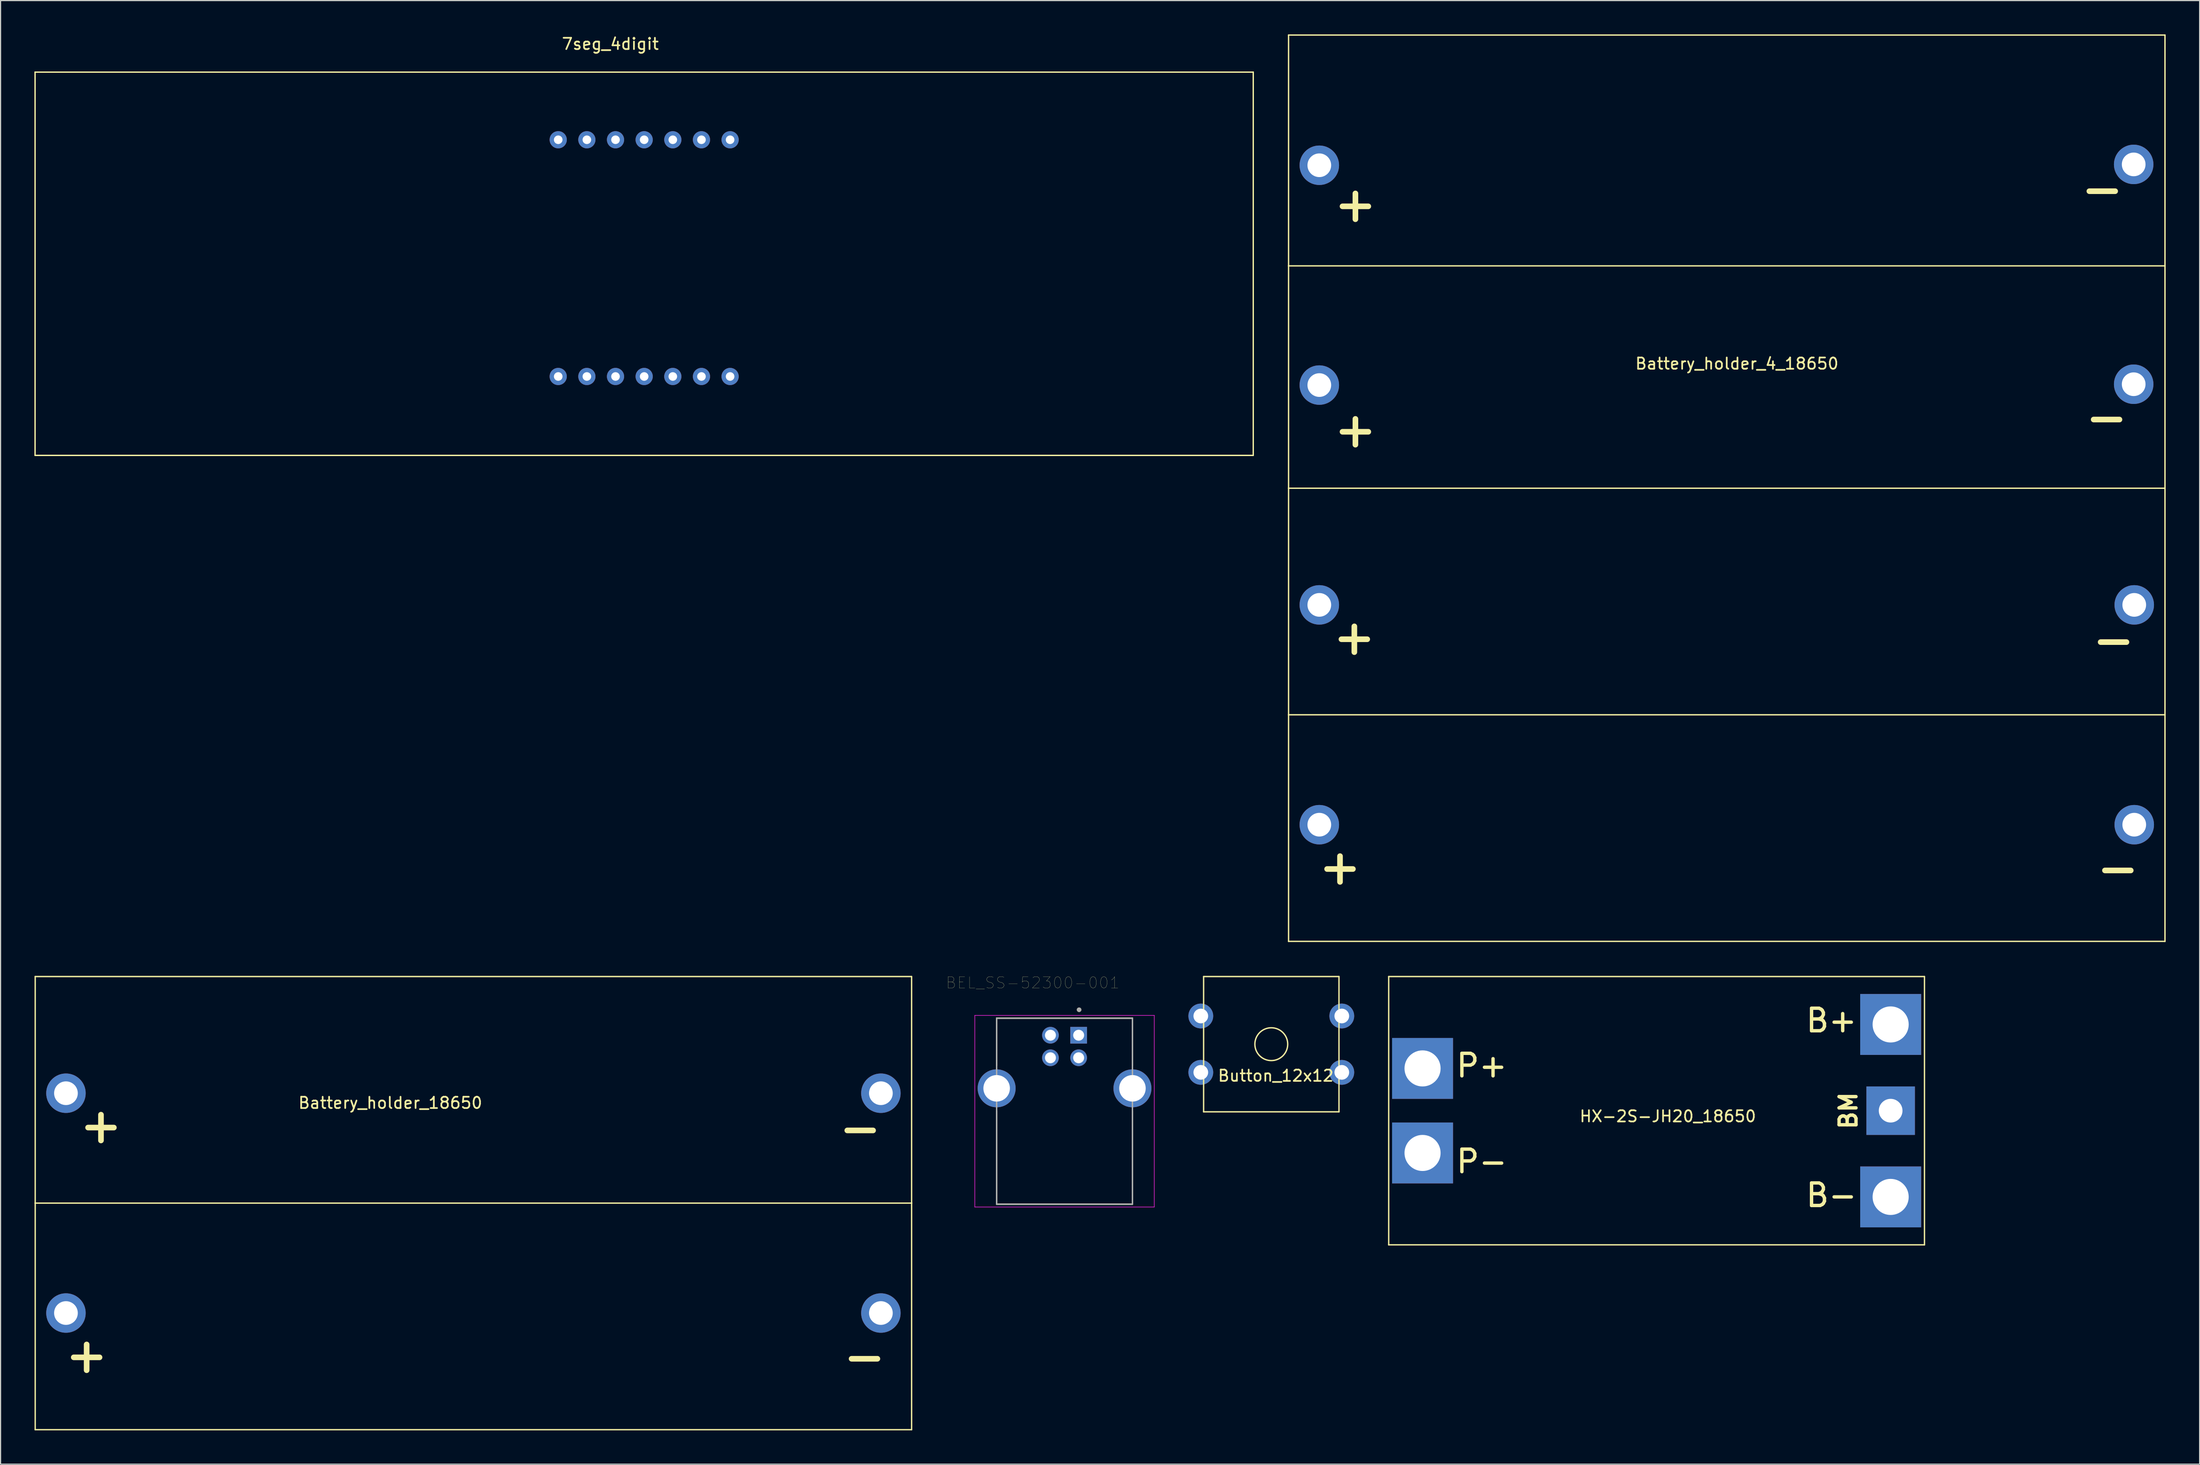
<source format=kicad_pcb>
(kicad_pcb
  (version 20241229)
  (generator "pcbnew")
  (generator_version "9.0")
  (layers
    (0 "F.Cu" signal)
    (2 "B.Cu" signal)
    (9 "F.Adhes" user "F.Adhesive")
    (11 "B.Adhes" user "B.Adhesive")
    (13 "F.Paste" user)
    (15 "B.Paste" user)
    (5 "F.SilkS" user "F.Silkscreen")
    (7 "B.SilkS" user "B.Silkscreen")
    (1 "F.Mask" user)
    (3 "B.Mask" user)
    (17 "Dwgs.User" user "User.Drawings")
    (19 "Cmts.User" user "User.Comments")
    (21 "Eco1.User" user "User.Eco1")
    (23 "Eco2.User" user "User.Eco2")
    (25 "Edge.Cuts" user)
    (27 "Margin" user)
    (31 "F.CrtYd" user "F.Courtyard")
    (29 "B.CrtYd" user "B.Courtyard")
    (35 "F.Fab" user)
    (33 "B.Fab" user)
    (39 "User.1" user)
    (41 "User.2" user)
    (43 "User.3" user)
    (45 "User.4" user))
  (footprint "HX-2S-JH20_18650"
    (layer "F.Cu")
    (at 143.82 95.48)
    (property "Reference" "HX-2S-JH20_18650" (at 1 0.5 0) (layer "F.SilkS") (effects (font (size 1 1) (thickness 0.15))))
    (attr through_hole)
    (fp_line (start -23.75 -11.9) (end -23.75 11.9) (stroke (width 0.12) (type solid)) (layer "F.SilkS"))
    (fp_line (start -23.75 -11.9) (end 23.75 -11.9) (stroke (width 0.12) (type solid)) (layer "F.SilkS"))
    (fp_line (start -23.75 11.9) (end 23.75 11.9) (stroke (width 0.12) (type solid)) (layer "F.SilkS"))
    (fp_line (start 23.75 -11.9) (end 23.75 11.9) (stroke (width 0.12) (type solid)) (layer "F.SilkS"))
    (fp_text user "B+" (at 15.5 -8 0) (layer "F.SilkS") (effects (font (size 2 2) (thickness 0.3))))
    (fp_text user "P-" (at -15.5 4.5 0) (layer "F.SilkS") (effects (font (size 2 2) (thickness 0.3))))
    (fp_text user "B-" (at 15.5 7.5 0) (layer "F.SilkS") (effects (font (size 2 2) (thickness 0.3))))
    (fp_text user "P+" (at -15.5 -4 0) (layer "F.SilkS") (effects (font (size 2 2) (thickness 0.3))))
    (fp_text user "BM" (at 17 0 90) (layer "F.SilkS") (effects (font (size 1.5 1.5) (thickness 0.3))))
    (pad "1" thru_hole rect (at -20.75 -3.75) (size 5.4 5.4) (drill 3.2) (layers "*.Cu" "*.Mask"))
    (pad "2" thru_hole rect (at -20.75 3.75) (size 5.4 5.4) (drill 3.2) (layers "*.Cu" "*.Mask"))
    (pad "3" thru_hole rect (at 20.75 -7.65) (size 5.4 5.4) (drill 3.2) (layers "*.Cu" "*.Mask"))
    (pad "4" thru_hole rect (at 20.75 0) (size 4.3 4.3) (drill 2.1) (layers "*.Cu" "*.Mask"))
    (pad "5" thru_hole rect (at 20.75 7.65) (size 5.4 5.4) (drill 3.2) (layers "*.Cu" "*.Mask")))
  (footprint "Button_12x12"
    (layer "F.Cu")
    (at 109.66 89.58)
    (property "Reference" "Button_12x12" (at 0.4 2.8 0) (layer "F.SilkS") (effects (font (size 1 1) (thickness 0.15))))
    (attr through_hole)
    (fp_line (start -6 -6) (end -6 6) (stroke (width 0.12) (type solid)) (layer "F.SilkS"))
    (fp_line (start 6 -6) (end -6 -6) (stroke (width 0.12) (type solid)) (layer "F.SilkS"))
    (fp_line (start 6 -6) (end 6 6) (stroke (width 0.12) (type solid)) (layer "F.SilkS"))
    (fp_line (start 6 6) (end -6 6) (stroke (width 0.12) (type solid)) (layer "F.SilkS"))
    (fp_circle (center 0 0) (end 1.4 0.4) (stroke (width 0.12) (type solid)) (fill no) (layer "F.SilkS"))
    (pad "1" thru_hole circle (at -6.25 -2.5) (size 2.2 2.2) (drill 1.3) (layers "*.Cu" "*.Mask"))
    (pad "2" thru_hole circle (at -6.25 2.5) (size 2.2 2.2) (drill 1.3) (layers "*.Cu" "*.Mask"))
    (pad "3" thru_hole circle (at 6.25 -2.5) (size 2.2 2.2) (drill 1.3) (layers "*.Cu" "*.Mask"))
    (pad "4" thru_hole circle (at 6.25 2.5) (size 2.2 2.2) (drill 1.3) (layers "*.Cu" "*.Mask")))
  (footprint "BEL_SS-52300-001"
    (layer "F.Cu")
    (at 91.33 90.786)
    (property "Reference" "BEL_SS-52300-001" (at -2.825 -6.655 0) (layer "F.SilkS") (effects (font (size 1 1) (thickness 0.015))))
    (attr through_hole)
    (fp_line (start -6.02 -3.51) (end -6.02 0.705) (stroke (width 0.127) (type solid)) (layer "F.SilkS"))
    (fp_line (start -6.02 4.715) (end -6.02 12.99) (stroke (width 0.127) (type solid)) (layer "F.SilkS"))
    (fp_line (start -6.02 12.99) (end 6.02 12.99) (stroke (width 0.127) (type solid)) (layer "F.SilkS"))
    (fp_line (start 6.02 -3.51) (end -6.02 -3.51) (stroke (width 0.127) (type solid)) (layer "F.SilkS"))
    (fp_line (start 6.02 0.705) (end 6.02 -3.51) (stroke (width 0.127) (type solid)) (layer "F.SilkS"))
    (fp_line (start 6.02 12.99) (end 6.02 4.715) (stroke (width 0.127) (type solid)) (layer "F.SilkS"))
    (fp_circle (center 1.29 -4.26) (end 1.39 -4.26) (stroke (width 0.2) (type solid)) (fill no) (layer "F.SilkS"))
    (fp_line (start -7.955 -3.76) (end -7.955 13.24) (stroke (width 0.05) (type solid)) (layer "F.CrtYd"))
    (fp_line (start -7.955 13.24) (end 7.955 13.24) (stroke (width 0.05) (type solid)) (layer "F.CrtYd"))
    (fp_line (start 7.955 -3.76) (end -7.955 -3.76) (stroke (width 0.05) (type solid)) (layer "F.CrtYd"))
    (fp_line (start 7.955 13.24) (end 7.955 -3.76) (stroke (width 0.05) (type solid)) (layer "F.CrtYd"))
    (fp_line (start -6.02 -3.51) (end -6.02 12.99) (stroke (width 0.127) (type solid)) (layer "F.Fab"))
    (fp_line (start -6.02 12.99) (end 6.02 12.99) (stroke (width 0.127) (type solid)) (layer "F.Fab"))
    (fp_line (start 6.02 -3.51) (end -6.02 -3.51) (stroke (width 0.127) (type solid)) (layer "F.Fab"))
    (fp_line (start 6.02 12.99) (end 6.02 -3.51) (stroke (width 0.127) (type solid)) (layer "F.Fab"))
    (fp_circle (center 1.29 -4.26) (end 1.39 -4.26) (stroke (width 0.2) (type solid)) (fill no) (layer "F.Fab"))
    (pad "1" thru_hole rect (at 1.25 -2) (size 1.478 1.478) (drill 0.97) (layers "*.Cu" "*.Mask"))
    (pad "2" thru_hole circle (at -1.25 -2) (size 1.478 1.478) (drill 0.97) (layers "*.Cu" "*.Mask"))
    (pad "3" thru_hole circle (at -1.25 0) (size 1.478 1.478) (drill 0.97) (layers "*.Cu" "*.Mask"))
    (pad "4" thru_hole circle (at 1.25 0) (size 1.478 1.478) (drill 0.97) (layers "*.Cu" "*.Mask"))
    (pad "S1" thru_hole circle (at -6.02 2.71) (size 3.366 3.366) (drill 2.35) (layers "*.Cu" "*.Mask"))
    (pad "S2" thru_hole circle (at 6.02 2.71) (size 3.366 3.366) (drill 2.35) (layers "*.Cu" "*.Mask")))
  (footprint "Battery_holder_4_18650"
    (layer "F.Cu")
    (at 151.117 60.035)
    (property "Reference" "Battery_holder_4_18650" (at -0.175 -30.825 0) (layer "F.SilkS") (effects (font (size 1 1) (thickness 0.15))))
    (attr through_hole)
    (fp_line (start -39.937 -39.5) (end 37.787 -39.5) (stroke (width 0.12) (type solid)) (layer "F.SilkS"))
    (fp_line (start -39.937 0.325) (end 37.787 0.325) (stroke (width 0.12) (type solid)) (layer "F.SilkS"))
    (fp_line (start -39.925 -59.975) (end 37.775 -59.975) (stroke (width 0.12) (type solid)) (layer "F.SilkS"))
    (fp_line (start -39.925 -19.775) (end -39.925 -59.975) (stroke (width 0.12) (type solid)) (layer "F.SilkS"))
    (fp_line (start -39.925 -19.775) (end -39.925 20.425) (stroke (width 0.12) (type solid)) (layer "F.SilkS"))
    (fp_line (start -39.925 -19.775) (end 37.775 -19.775) (stroke (width 0.12) (type solid)) (layer "F.SilkS"))
    (fp_line (start -39.925 20.425) (end 37.775 20.425) (stroke (width 0.12) (type solid)) (layer "F.SilkS"))
    (fp_line (start 37.775 -19.775) (end 37.775 -59.975) (stroke (width 0.12) (type solid)) (layer "F.SilkS"))
    (fp_line (start 37.775 -19.775) (end 37.775 20.425) (stroke (width 0.12) (type solid)) (layer "F.SilkS"))
    (fp_text user "-" (at 33.596 13.914 0) (layer "F.SilkS") (effects (font (size 3 3) (thickness 0.5))))
    (fp_text user "-" (at 32.215 -46.343 0) (layer "F.SilkS") (effects (font (size 3 3) (thickness 0.5))))
    (fp_text user "+" (at -35.365 13.787 0) (layer "F.SilkS") (effects (font (size 3 3) (thickness 0.5))))
    (fp_text user "+" (at -34 -25 0) (layer "F.SilkS") (effects (font (size 3 3) (thickness 0.5))))
    (fp_text user "+" (at -34.095 -6.596 0) (layer "F.SilkS") (effects (font (size 3 3) (thickness 0.5))))
    (fp_text user "+" (at -34 -45 0) (layer "F.SilkS") (effects (font (size 3 3) (thickness 0.5))))
    (fp_text user "-" (at 33.215 -6.343 0) (layer "F.SilkS") (effects (font (size 3 3) (thickness 0.5))))
    (fp_text user "-" (at 32.596 -26.086 0) (layer "F.SilkS") (effects (font (size 3 3) (thickness 0.5))))
    (pad "1" thru_hole circle (at -37.2 10.075) (size 3.5 3.5) (drill 2.1) (layers "*.Cu" "*.Mask"))
    (pad "2" thru_hole circle (at -37.2 -9.425) (size 3.5 3.5) (drill 2.1) (layers "*.Cu" "*.Mask"))
    (pad "3" thru_hole circle (at -37.2 -28.925) (size 3.5 3.5) (drill 2.1) (layers "*.Cu" "*.Mask"))
    (pad "4" thru_hole circle (at -37.2 -48.425) (size 3.5 3.5) (drill 2.1) (layers "*.Cu" "*.Mask"))
    (pad "5" thru_hole circle (at 35 -48.5) (size 3.5 3.5) (drill 2.1) (layers "*.Cu" "*.Mask"))
    (pad "6" thru_hole circle (at 35 -29) (size 3.5 3.5) (drill 2.1) (layers "*.Cu" "*.Mask"))
    (pad "7" thru_hole circle (at 35.05 -9.425) (size 3.5 3.5) (drill 2.1) (layers "*.Cu" "*.Mask"))
    (pad "8" thru_hole circle (at 35.05 10.075) (size 3.5 3.5) (drill 2.1) (layers "*.Cu" "*.Mask")))
  (footprint "7seg_4digit"
    (layer "F.Cu")
    (at 54.06 20.348)
    (property "Reference" "7seg_4digit" (at -3 -19.5 0) (layer "F.SilkS") (effects (font (size 1 1) (thickness 0.15))))
    (attr through_hole)
    (fp_line (start -54 -17) (end -54 17) (stroke (width 0.12) (type solid)) (layer "F.SilkS"))
    (fp_line (start -54 -17) (end 54 -17) (stroke (width 0.12) (type solid)) (layer "F.SilkS"))
    (fp_line (start -54 17) (end 54 17) (stroke (width 0.12) (type solid)) (layer "F.SilkS"))
    (fp_line (start 54 -17) (end 54 17) (stroke (width 0.12) (type solid)) (layer "F.SilkS"))
    (pad "1" thru_hole circle (at -7.62 10) (size 1.524 1.524) (drill 0.762) (layers "*.Cu" "*.Mask"))
    (pad "2" thru_hole circle (at -5.08 10) (size 1.524 1.524) (drill 0.762) (layers "*.Cu" "*.Mask"))
    (pad "3" thru_hole circle (at -2.54 10) (size 1.524 1.524) (drill 0.762) (layers "*.Cu" "*.Mask"))
    (pad "4" thru_hole circle (at 0 10) (size 1.524 1.524) (drill 0.762) (layers "*.Cu" "*.Mask"))
    (pad "5" thru_hole circle (at 2.54 10) (size 1.524 1.524) (drill 0.762) (layers "*.Cu" "*.Mask"))
    (pad "6" thru_hole circle (at 5.08 10) (size 1.524 1.524) (drill 0.762) (layers "*.Cu" "*.Mask"))
    (pad "7" thru_hole circle (at 7.62 10) (size 1.524 1.524) (drill 0.762) (layers "*.Cu" "*.Mask"))
    (pad "8" thru_hole circle (at 7.62 -11) (size 1.524 1.524) (drill 0.762) (layers "*.Cu" "*.Mask"))
    (pad "9" thru_hole circle (at 5.08 -11) (size 1.524 1.524) (drill 0.762) (layers "*.Cu" "*.Mask"))
    (pad "10" thru_hole circle (at 2.54 -11) (size 1.524 1.524) (drill 0.762) (layers "*.Cu" "*.Mask"))
    (pad "11" thru_hole circle (at 0 -11) (size 1.524 1.524) (drill 0.762) (layers "*.Cu" "*.Mask"))
    (pad "12" thru_hole circle (at -2.54 -11) (size 1.524 1.524) (drill 0.762) (layers "*.Cu" "*.Mask"))
    (pad "13" thru_hole circle (at -5.08 -11) (size 1.524 1.524) (drill 0.762) (layers "*.Cu" "*.Mask"))
    (pad "14" thru_hole circle (at -7.62 -11) (size 1.524 1.524) (drill 0.762) (layers "*.Cu" "*.Mask")))
  (footprint "Battery_holder_18650"
    (layer "F.Cu")
    (at 38.922 103.68)
    (property "Reference" "Battery_holder_18650" (at -7.366 -8.89 0) (layer "F.SilkS") (effects (font (size 1 1) (thickness 0.15))))
    (attr through_hole)
    (fp_line (start -38.862 0) (end 38.862 0) (stroke (width 0.12) (type solid)) (layer "F.SilkS"))
    (fp_line (start -38.85 -20.1) (end -38.85 20.1) (stroke (width 0.12) (type solid)) (layer "F.SilkS"))
    (fp_line (start -38.85 -20.1) (end 38.85 -20.1) (stroke (width 0.12) (type solid)) (layer "F.SilkS"))
    (fp_line (start -38.85 20.1) (end 38.85 20.1) (stroke (width 0.12) (type solid)) (layer "F.SilkS"))
    (fp_line (start 38.85 -20.1) (end 38.85 20.1) (stroke (width 0.12) (type solid)) (layer "F.SilkS"))
    (fp_text user "-" (at 34.671 13.589 0) (layer "F.SilkS") (effects (font (size 3 3) (thickness 0.5))))
    (fp_text user "-" (at 34.29 -6.668 0) (layer "F.SilkS") (effects (font (size 3 3) (thickness 0.5))))
    (fp_text user "+" (at -34.29 13.462 0) (layer "F.SilkS") (effects (font (size 3 3) (thickness 0.5))))
    (fp_text user "+" (at -33.02 -6.921 0) (layer "F.SilkS") (effects (font (size 3 3) (thickness 0.5))))
    (pad "1" thru_hole circle (at -36.125 9.75) (size 3.5 3.5) (drill 2.1) (layers "*.Cu" "*.Mask"))
    (pad "2" thru_hole circle (at -36.125 -9.75) (size 3.5 3.5) (drill 2.1) (layers "*.Cu" "*.Mask"))
    (pad "3" thru_hole circle (at 36.125 -9.75) (size 3.5 3.5) (drill 2.1) (layers "*.Cu" "*.Mask"))
    (pad "4" thru_hole circle (at 36.125 9.75) (size 3.5 3.5) (drill 2.1) (layers "*.Cu" "*.Mask")))
  (gr_rect
    (start -3 -3)
    (end 191.964 126.84)
    (stroke (width 0.1) (type default))
    (fill no)
    (layer "Edge.Cuts")))
</source>
